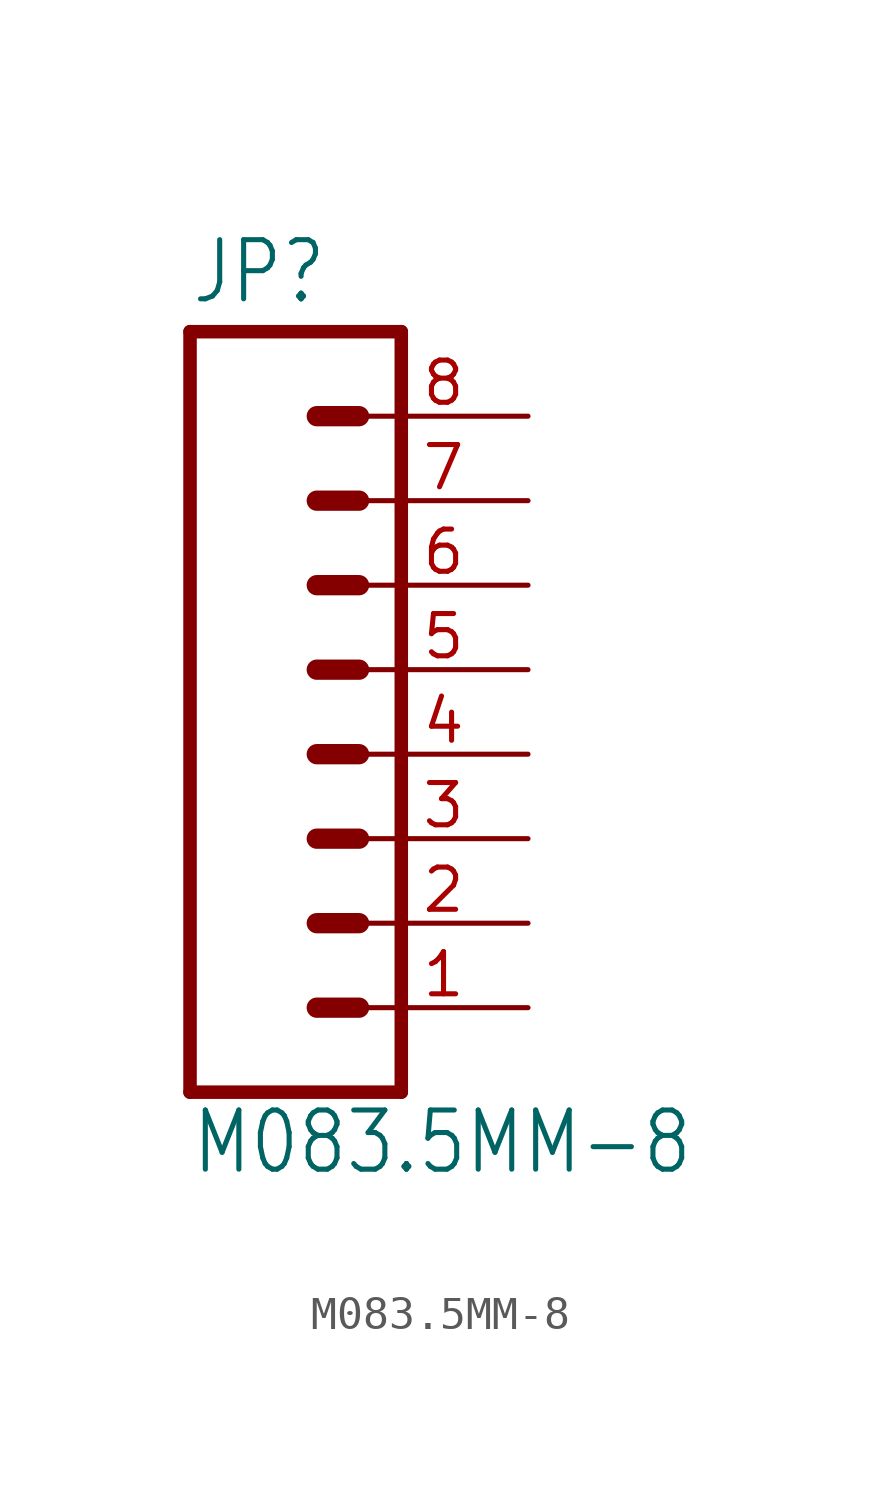
<source format=kicad_sym>
(kicad_symbol_lib
  (version 20211014)
  (generator kicad_symbol_editor)
  (symbol "M083.5MM-8"
    (property "Reference" "JP"
      (at -5.08 13.462 0)
      (effects (font (size 1.778 1.511)) (justify left bottom)))
    (property "Value" "M083.5MM-8"
      (at -5.08 -12.7 0)
      (effects (font (size 1.778 1.511)) (justify left bottom)))
    (property "ki_locked" ""
      (at 0 0 0)
      (effects (font (size 1.27 1.27))))
    (symbol "M083.5MM-8_1_0"
      (polyline (pts (xy -5.08 12.7) (xy -5.08 -10.16)) (stroke (width 0.406) (type default) (color 0 0 0 0)) (fill (type none)))
      (polyline (pts (xy -5.08 12.7) (xy 1.27 12.7)) (stroke (width 0.406) (type default) (color 0 0 0 0)) (fill (type none)))
      (polyline (pts (xy -1.27 -7.62) (xy 0 -7.62)) (stroke (width 0.61) (type default) (color 0 0 0 0)) (fill (type none)))
      (polyline (pts (xy -1.27 -5.08) (xy 0 -5.08)) (stroke (width 0.61) (type default) (color 0 0 0 0)) (fill (type none)))
      (polyline (pts (xy -1.27 -2.54) (xy 0 -2.54)) (stroke (width 0.61) (type default) (color 0 0 0 0)) (fill (type none)))
      (polyline (pts (xy -1.27 0) (xy 0 0)) (stroke (width 0.61) (type default) (color 0 0 0 0)) (fill (type none)))
      (polyline (pts (xy -1.27 2.54) (xy 0 2.54)) (stroke (width 0.61) (type default) (color 0 0 0 0)) (fill (type none)))
      (polyline (pts (xy -1.27 5.08) (xy 0 5.08)) (stroke (width 0.61) (type default) (color 0 0 0 0)) (fill (type none)))
      (polyline (pts (xy -1.27 7.62) (xy 0 7.62)) (stroke (width 0.61) (type default) (color 0 0 0 0)) (fill (type none)))
      (polyline (pts (xy -1.27 10.16) (xy 0 10.16)) (stroke (width 0.61) (type default) (color 0 0 0 0)) (fill (type none)))
      (polyline (pts (xy 1.27 -10.16) (xy -5.08 -10.16)) (stroke (width 0.406) (type default) (color 0 0 0 0)) (fill (type none)))
      (polyline (pts (xy 1.27 -10.16) (xy 1.27 12.7)) (stroke (width 0.406) (type default) (color 0 0 0 0)) (fill (type none)))
      (pin passive line (at 5.08 -7.62 180) (length 5.08) (name "1" (effects (font (size 0 0)))) (number "1" (effects (font (size 1.27 1.27)))))
      (pin passive line (at 5.08 -5.08 180) (length 5.08) (name "2" (effects (font (size 0 0)))) (number "2" (effects (font (size 1.27 1.27)))))
      (pin passive line (at 5.08 -2.54 180) (length 5.08) (name "3" (effects (font (size 0 0)))) (number "3" (effects (font (size 1.27 1.27)))))
      (pin passive line (at 5.08 0 180) (length 5.08) (name "4" (effects (font (size 0 0)))) (number "4" (effects (font (size 1.27 1.27)))))
      (pin passive line (at 5.08 2.54 180) (length 5.08) (name "5" (effects (font (size 0 0)))) (number "5" (effects (font (size 1.27 1.27)))))
      (pin passive line (at 5.08 5.08 180) (length 5.08) (name "6" (effects (font (size 0 0)))) (number "6" (effects (font (size 1.27 1.27)))))
      (pin passive line (at 5.08 7.62 180) (length 5.08) (name "7" (effects (font (size 0 0)))) (number "7" (effects (font (size 1.27 1.27)))))
      (pin passive line (at 5.08 10.16 180) (length 5.08) (name "8" (effects (font (size 0 0)))) (number "8" (effects (font (size 1.27 1.27))))))))
</source>
